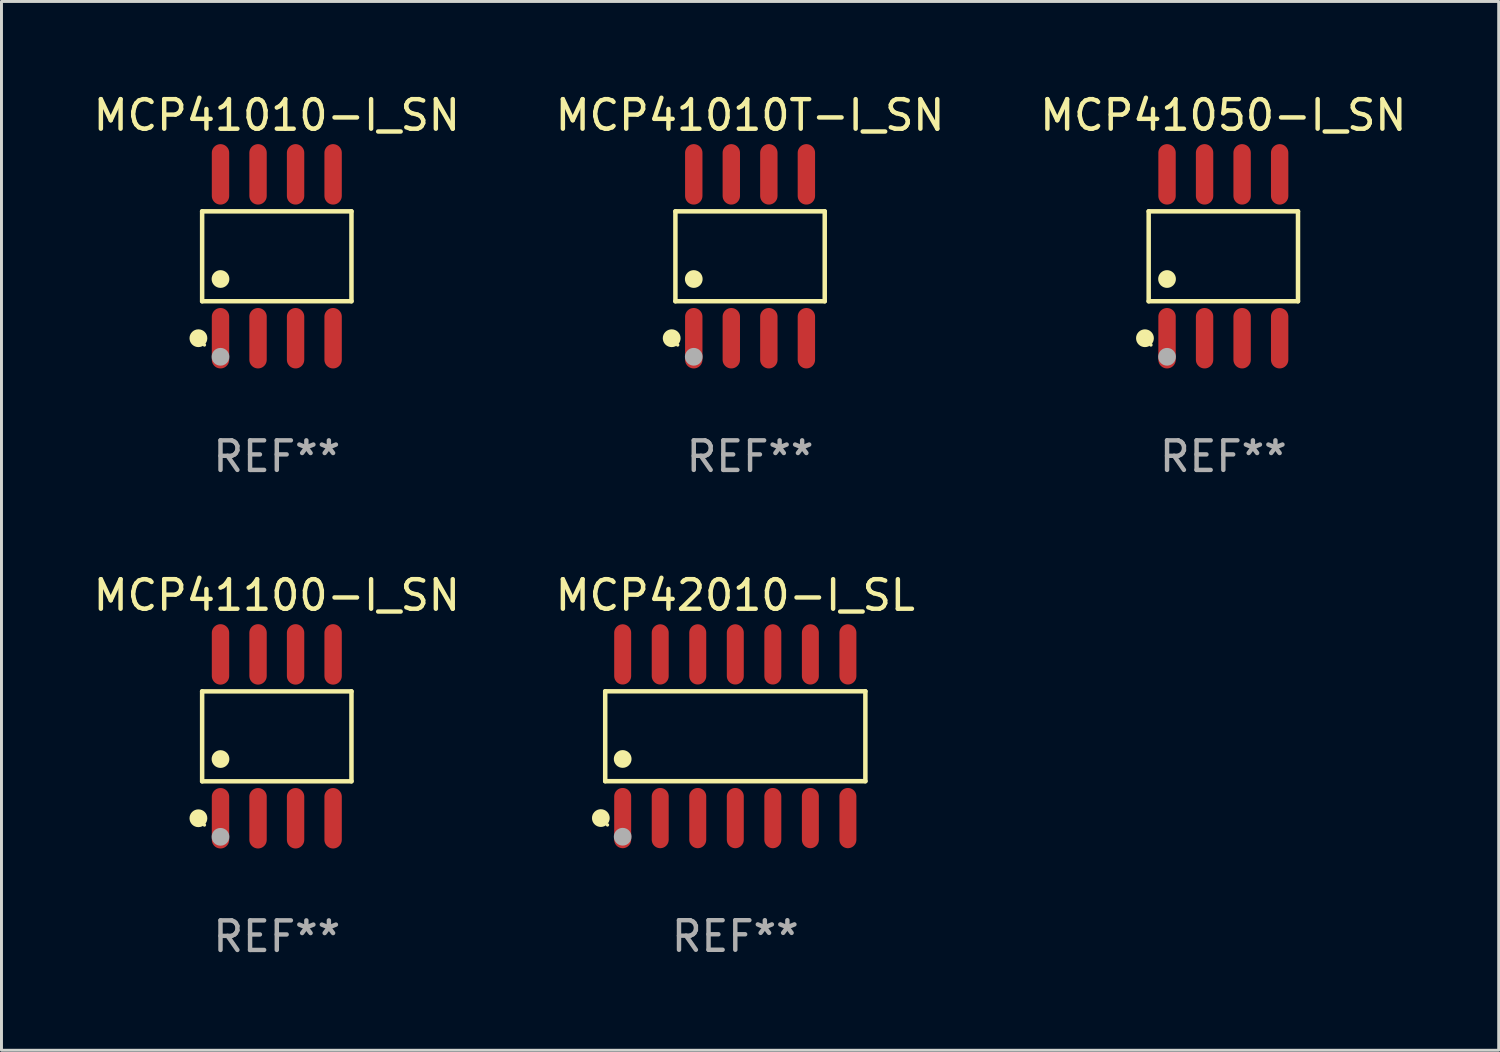
<source format=kicad_pcb>
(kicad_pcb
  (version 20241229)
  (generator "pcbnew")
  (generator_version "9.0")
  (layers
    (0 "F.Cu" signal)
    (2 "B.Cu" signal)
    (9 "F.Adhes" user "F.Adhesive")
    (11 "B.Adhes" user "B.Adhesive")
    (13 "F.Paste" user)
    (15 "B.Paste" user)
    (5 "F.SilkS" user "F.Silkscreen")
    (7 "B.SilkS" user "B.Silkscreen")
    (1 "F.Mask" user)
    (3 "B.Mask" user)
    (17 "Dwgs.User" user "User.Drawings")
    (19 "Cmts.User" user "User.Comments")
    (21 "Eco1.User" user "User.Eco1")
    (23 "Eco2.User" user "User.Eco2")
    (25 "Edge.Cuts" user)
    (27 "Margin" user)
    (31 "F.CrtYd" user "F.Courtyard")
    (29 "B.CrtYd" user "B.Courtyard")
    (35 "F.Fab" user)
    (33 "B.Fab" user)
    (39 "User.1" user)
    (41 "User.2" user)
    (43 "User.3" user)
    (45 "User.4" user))
  (footprint "MCP41010-I_SN"
    (layer "F.Cu")
    (at 6.315 5.621)
    (property "Reference" "MCP41010-I_SN" (at 0 -4.772 0) (layer "F.SilkS") (effects (font (size 1 1) (thickness 0.15))))
    (attr through_hole)
    (fp_line (start -2.526 -1.521) (end 2.526 -1.521) (stroke (width 0.152) (type solid)) (layer "F.SilkS"))
    (fp_line (start -2.526 1.521) (end -2.526 -1.521) (stroke (width 0.152) (type solid)) (layer "F.SilkS"))
    (fp_line (start 2.526 -1.521) (end 2.526 1.521) (stroke (width 0.152) (type solid)) (layer "F.SilkS"))
    (fp_line (start 2.526 1.521) (end -2.526 1.521) (stroke (width 0.152) (type solid)) (layer "F.SilkS"))
    (fp_circle (center -2.652 2.772) (end -2.501 2.772) (stroke (width 0.3) (type solid)) (fill no) (layer "F.SilkS"))
    (fp_circle (center -2.45 3) (end -2.42 3) (stroke (width 0.06) (type solid)) (fill no) (layer "F.SilkS"))
    (fp_circle (center -1.905 0.769) (end -1.755 0.769) (stroke (width 0.3) (type solid)) (fill no) (layer "F.SilkS"))
    (fp_circle (center -1.905 3.4) (end -1.755 3.4) (stroke (width 0.3) (type solid)) (fill no) (layer "F.Fab"))
    (fp_text user "REF**" (at 0 6.772 0) (layer "F.Fab") (effects (font (size 1 1) (thickness 0.15))))
    (pad "1" smd oval (at -1.905 2.772) (size 0.588 2.045) (layers "F.Cu" "F.Mask" "F.Paste"))
    (pad "2" smd oval (at -0.635 2.772) (size 0.588 2.045) (layers "F.Cu" "F.Mask" "F.Paste"))
    (pad "3" smd oval (at 0.635 2.772) (size 0.588 2.045) (layers "F.Cu" "F.Mask" "F.Paste"))
    (pad "4" smd oval (at 1.905 2.772) (size 0.588 2.045) (layers "F.Cu" "F.Mask" "F.Paste"))
    (pad "5" smd oval (at 1.905 -2.772) (size 0.588 2.045) (layers "F.Cu" "F.Mask" "F.Paste"))
    (pad "6" smd oval (at 0.635 -2.772) (size 0.588 2.045) (layers "F.Cu" "F.Mask" "F.Paste"))
    (pad "7" smd oval (at -0.635 -2.772) (size 0.588 2.045) (layers "F.Cu" "F.Mask" "F.Paste"))
    (pad "8" smd oval (at -1.905 -2.772) (size 0.588 2.045) (layers "F.Cu" "F.Mask" "F.Paste")))
  (footprint "MCP41010T-I_SN"
    (layer "F.Cu")
    (at 22.327 5.621)
    (property "Reference" "MCP41010T-I_SN" (at 0 -4.772 0) (layer "F.SilkS") (effects (font (size 1 1) (thickness 0.15))))
    (attr through_hole)
    (fp_line (start -2.526 -1.521) (end 2.526 -1.521) (stroke (width 0.152) (type solid)) (layer "F.SilkS"))
    (fp_line (start -2.526 1.521) (end -2.526 -1.521) (stroke (width 0.152) (type solid)) (layer "F.SilkS"))
    (fp_line (start 2.526 -1.521) (end 2.526 1.521) (stroke (width 0.152) (type solid)) (layer "F.SilkS"))
    (fp_line (start 2.526 1.521) (end -2.526 1.521) (stroke (width 0.152) (type solid)) (layer "F.SilkS"))
    (fp_circle (center -2.652 2.772) (end -2.501 2.772) (stroke (width 0.3) (type solid)) (fill no) (layer "F.SilkS"))
    (fp_circle (center -2.45 3) (end -2.42 3) (stroke (width 0.06) (type solid)) (fill no) (layer "F.SilkS"))
    (fp_circle (center -1.905 0.769) (end -1.755 0.769) (stroke (width 0.3) (type solid)) (fill no) (layer "F.SilkS"))
    (fp_circle (center -1.905 3.4) (end -1.755 3.4) (stroke (width 0.3) (type solid)) (fill no) (layer "F.Fab"))
    (fp_text user "REF**" (at 0 6.772 0) (layer "F.Fab") (effects (font (size 1 1) (thickness 0.15))))
    (pad "1" smd oval (at -1.905 2.772) (size 0.588 2.045) (layers "F.Cu" "F.Mask" "F.Paste"))
    (pad "2" smd oval (at -0.635 2.772) (size 0.588 2.045) (layers "F.Cu" "F.Mask" "F.Paste"))
    (pad "3" smd oval (at 0.635 2.772) (size 0.588 2.045) (layers "F.Cu" "F.Mask" "F.Paste"))
    (pad "4" smd oval (at 1.905 2.772) (size 0.588 2.045) (layers "F.Cu" "F.Mask" "F.Paste"))
    (pad "5" smd oval (at 1.905 -2.772) (size 0.588 2.045) (layers "F.Cu" "F.Mask" "F.Paste"))
    (pad "6" smd oval (at 0.635 -2.772) (size 0.588 2.045) (layers "F.Cu" "F.Mask" "F.Paste"))
    (pad "7" smd oval (at -0.635 -2.772) (size 0.588 2.045) (layers "F.Cu" "F.Mask" "F.Paste"))
    (pad "8" smd oval (at -1.905 -2.772) (size 0.588 2.045) (layers "F.Cu" "F.Mask" "F.Paste")))
  (footprint "MCP42010-I_SL"
    (layer "F.Cu")
    (at 21.827 21.859)
    (property "Reference" "MCP42010-I_SL" (at 0 -4.769 0) (layer "F.SilkS") (effects (font (size 1 1) (thickness 0.15))))
    (attr through_hole)
    (fp_line (start -4.401 -1.521) (end 4.401 -1.521) (stroke (width 0.152) (type solid)) (layer "F.SilkS"))
    (fp_line (start -4.401 1.521) (end -4.401 -1.521) (stroke (width 0.152) (type solid)) (layer "F.SilkS"))
    (fp_line (start 4.401 -1.521) (end 4.401 1.521) (stroke (width 0.152) (type solid)) (layer "F.SilkS"))
    (fp_line (start 4.401 1.521) (end -4.401 1.521) (stroke (width 0.152) (type solid)) (layer "F.SilkS"))
    (fp_circle (center -4.549 2.769) (end -4.399 2.769) (stroke (width 0.3) (type solid)) (fill no) (layer "F.SilkS"))
    (fp_circle (center -4.325 3) (end -4.295 3) (stroke (width 0.06) (type solid)) (fill no) (layer "F.SilkS"))
    (fp_circle (center -3.81 0.769) (end -3.66 0.769) (stroke (width 0.3) (type solid)) (fill no) (layer "F.SilkS"))
    (fp_circle (center -3.81 3.4) (end -3.66 3.4) (stroke (width 0.3) (type solid)) (fill no) (layer "F.Fab"))
    (fp_text user "REF**" (at 0 6.769 0) (layer "F.Fab") (effects (font (size 1 1) (thickness 0.15))))
    (pad "1" smd oval (at -3.81 2.769) (size 0.574 2.038) (layers "F.Cu" "F.Mask" "F.Paste"))
    (pad "2" smd oval (at -2.54 2.769) (size 0.574 2.038) (layers "F.Cu" "F.Mask" "F.Paste"))
    (pad "3" smd oval (at -1.27 2.769) (size 0.574 2.038) (layers "F.Cu" "F.Mask" "F.Paste"))
    (pad "4" smd oval (at 0 2.769) (size 0.574 2.038) (layers "F.Cu" "F.Mask" "F.Paste"))
    (pad "5" smd oval (at 1.27 2.769) (size 0.574 2.038) (layers "F.Cu" "F.Mask" "F.Paste"))
    (pad "6" smd oval (at 2.54 2.769) (size 0.574 2.038) (layers "F.Cu" "F.Mask" "F.Paste"))
    (pad "7" smd oval (at 3.81 2.769) (size 0.574 2.038) (layers "F.Cu" "F.Mask" "F.Paste"))
    (pad "8" smd oval (at 3.81 -2.769) (size 0.574 2.038) (layers "F.Cu" "F.Mask" "F.Paste"))
    (pad "9" smd oval (at 2.54 -2.769) (size 0.574 2.038) (layers "F.Cu" "F.Mask" "F.Paste"))
    (pad "10" smd oval (at 1.27 -2.769) (size 0.574 2.038) (layers "F.Cu" "F.Mask" "F.Paste"))
    (pad "11" smd oval (at 0 -2.769) (size 0.574 2.038) (layers "F.Cu" "F.Mask" "F.Paste"))
    (pad "12" smd oval (at -1.27 -2.769) (size 0.574 2.038) (layers "F.Cu" "F.Mask" "F.Paste"))
    (pad "13" smd oval (at -2.54 -2.769) (size 0.574 2.038) (layers "F.Cu" "F.Mask" "F.Paste"))
    (pad "14" smd oval (at -3.81 -2.769) (size 0.574 2.038) (layers "F.Cu" "F.Mask" "F.Paste")))
  (footprint "MCP41100-I_SN"
    (layer "F.Cu")
    (at 6.315 21.862)
    (property "Reference" "MCP41100-I_SN" (at 0 -4.772 0) (layer "F.SilkS") (effects (font (size 1 1) (thickness 0.15))))
    (attr through_hole)
    (fp_line (start -2.526 -1.521) (end 2.526 -1.521) (stroke (width 0.152) (type solid)) (layer "F.SilkS"))
    (fp_line (start -2.526 1.521) (end -2.526 -1.521) (stroke (width 0.152) (type solid)) (layer "F.SilkS"))
    (fp_line (start 2.526 -1.521) (end 2.526 1.521) (stroke (width 0.152) (type solid)) (layer "F.SilkS"))
    (fp_line (start 2.526 1.521) (end -2.526 1.521) (stroke (width 0.152) (type solid)) (layer "F.SilkS"))
    (fp_circle (center -2.652 2.772) (end -2.501 2.772) (stroke (width 0.3) (type solid)) (fill no) (layer "F.SilkS"))
    (fp_circle (center -2.45 3) (end -2.42 3) (stroke (width 0.06) (type solid)) (fill no) (layer "F.SilkS"))
    (fp_circle (center -1.905 0.769) (end -1.755 0.769) (stroke (width 0.3) (type solid)) (fill no) (layer "F.SilkS"))
    (fp_circle (center -1.905 3.4) (end -1.755 3.4) (stroke (width 0.3) (type solid)) (fill no) (layer "F.Fab"))
    (fp_text user "REF**" (at 0 6.772 0) (layer "F.Fab") (effects (font (size 1 1) (thickness 0.15))))
    (pad "1" smd oval (at -1.905 2.772) (size 0.588 2.045) (layers "F.Cu" "F.Mask" "F.Paste"))
    (pad "2" smd oval (at -0.635 2.772) (size 0.588 2.045) (layers "F.Cu" "F.Mask" "F.Paste"))
    (pad "3" smd oval (at 0.635 2.772) (size 0.588 2.045) (layers "F.Cu" "F.Mask" "F.Paste"))
    (pad "4" smd oval (at 1.905 2.772) (size 0.588 2.045) (layers "F.Cu" "F.Mask" "F.Paste"))
    (pad "5" smd oval (at 1.905 -2.772) (size 0.588 2.045) (layers "F.Cu" "F.Mask" "F.Paste"))
    (pad "6" smd oval (at 0.635 -2.772) (size 0.588 2.045) (layers "F.Cu" "F.Mask" "F.Paste"))
    (pad "7" smd oval (at -0.635 -2.772) (size 0.588 2.045) (layers "F.Cu" "F.Mask" "F.Paste"))
    (pad "8" smd oval (at -1.905 -2.772) (size 0.588 2.045) (layers "F.Cu" "F.Mask" "F.Paste")))
  (footprint "MCP41050-I_SN"
    (layer "F.Cu")
    (at 38.339 5.621)
    (property "Reference" "MCP41050-I_SN" (at 0 -4.772 0) (layer "F.SilkS") (effects (font (size 1 1) (thickness 0.15))))
    (attr through_hole)
    (fp_line (start -2.526 -1.521) (end 2.526 -1.521) (stroke (width 0.152) (type solid)) (layer "F.SilkS"))
    (fp_line (start -2.526 1.521) (end -2.526 -1.521) (stroke (width 0.152) (type solid)) (layer "F.SilkS"))
    (fp_line (start 2.526 -1.521) (end 2.526 1.521) (stroke (width 0.152) (type solid)) (layer "F.SilkS"))
    (fp_line (start 2.526 1.521) (end -2.526 1.521) (stroke (width 0.152) (type solid)) (layer "F.SilkS"))
    (fp_circle (center -2.652 2.772) (end -2.501 2.772) (stroke (width 0.3) (type solid)) (fill no) (layer "F.SilkS"))
    (fp_circle (center -2.45 3) (end -2.42 3) (stroke (width 0.06) (type solid)) (fill no) (layer "F.SilkS"))
    (fp_circle (center -1.905 0.769) (end -1.755 0.769) (stroke (width 0.3) (type solid)) (fill no) (layer "F.SilkS"))
    (fp_circle (center -1.905 3.4) (end -1.755 3.4) (stroke (width 0.3) (type solid)) (fill no) (layer "F.Fab"))
    (fp_text user "REF**" (at 0 6.772 0) (layer "F.Fab") (effects (font (size 1 1) (thickness 0.15))))
    (pad "1" smd oval (at -1.905 2.772) (size 0.588 2.045) (layers "F.Cu" "F.Mask" "F.Paste"))
    (pad "2" smd oval (at -0.635 2.772) (size 0.588 2.045) (layers "F.Cu" "F.Mask" "F.Paste"))
    (pad "3" smd oval (at 0.635 2.772) (size 0.588 2.045) (layers "F.Cu" "F.Mask" "F.Paste"))
    (pad "4" smd oval (at 1.905 2.772) (size 0.588 2.045) (layers "F.Cu" "F.Mask" "F.Paste"))
    (pad "5" smd oval (at 1.905 -2.772) (size 0.588 2.045) (layers "F.Cu" "F.Mask" "F.Paste"))
    (pad "6" smd oval (at 0.635 -2.772) (size 0.588 2.045) (layers "F.Cu" "F.Mask" "F.Paste"))
    (pad "7" smd oval (at -0.635 -2.772) (size 0.588 2.045) (layers "F.Cu" "F.Mask" "F.Paste"))
    (pad "8" smd oval (at -1.905 -2.772) (size 0.588 2.045) (layers "F.Cu" "F.Mask" "F.Paste")))
  (gr_rect
    (start -3 -3)
    (end 47.655 32.483)
    (stroke (width 0.1) (type default))
    (fill no)
    (layer "Edge.Cuts")))
</source>
